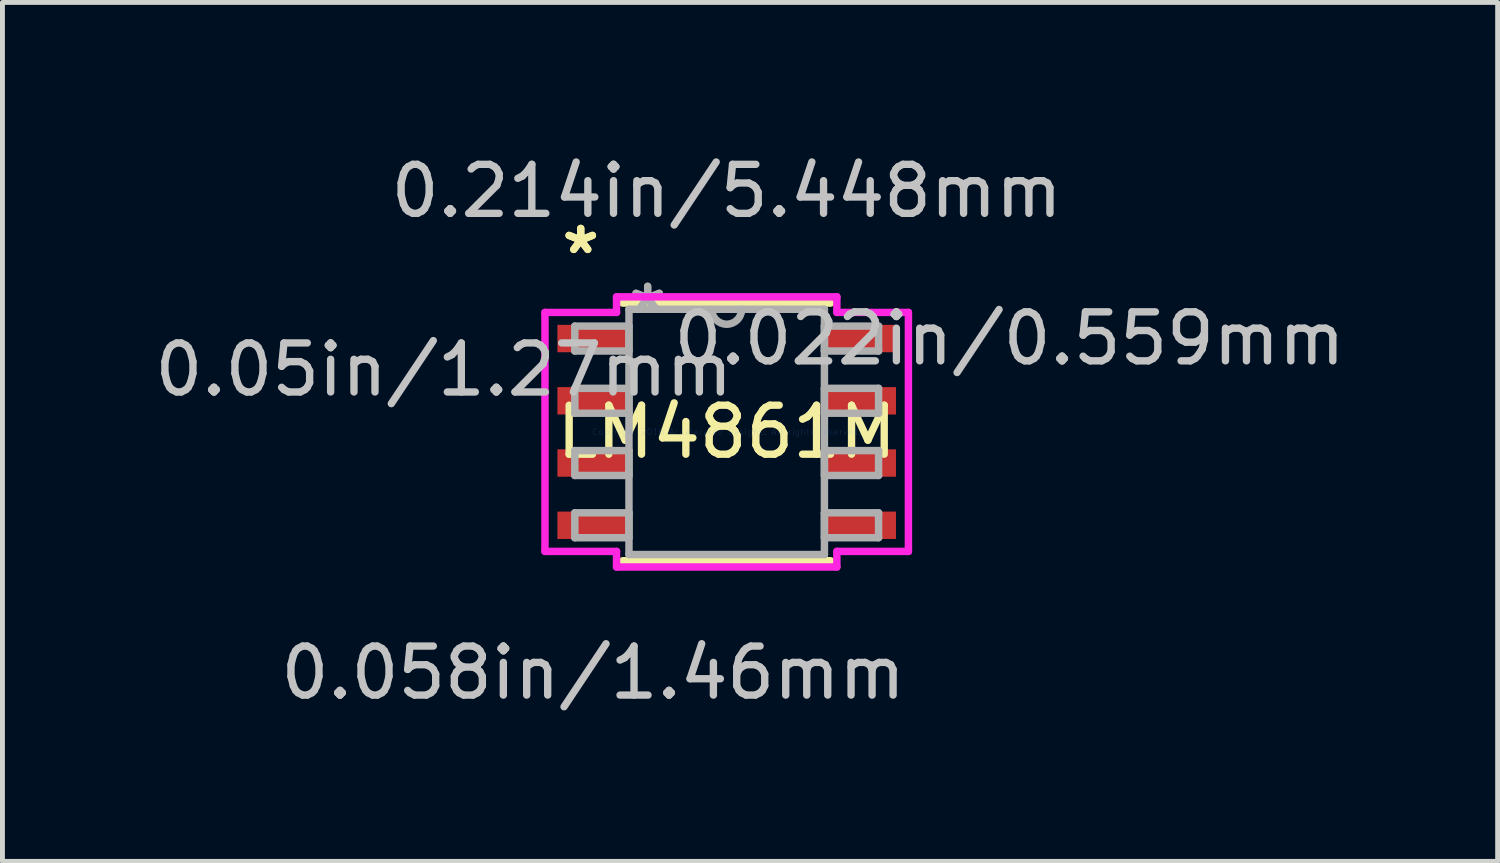
<source format=kicad_pcb>
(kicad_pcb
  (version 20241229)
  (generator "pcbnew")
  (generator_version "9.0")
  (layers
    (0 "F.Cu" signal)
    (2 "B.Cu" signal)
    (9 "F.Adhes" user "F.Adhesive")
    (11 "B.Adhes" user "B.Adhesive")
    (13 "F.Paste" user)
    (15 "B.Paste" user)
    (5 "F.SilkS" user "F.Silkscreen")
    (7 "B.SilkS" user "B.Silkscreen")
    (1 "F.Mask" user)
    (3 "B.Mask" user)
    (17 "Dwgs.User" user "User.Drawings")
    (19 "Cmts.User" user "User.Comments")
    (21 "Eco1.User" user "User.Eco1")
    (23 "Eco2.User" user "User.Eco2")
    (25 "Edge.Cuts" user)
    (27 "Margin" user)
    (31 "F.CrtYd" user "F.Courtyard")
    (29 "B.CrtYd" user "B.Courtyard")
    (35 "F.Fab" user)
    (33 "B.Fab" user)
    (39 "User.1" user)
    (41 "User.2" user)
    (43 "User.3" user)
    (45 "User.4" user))
  (footprint "LM4861M"
    (layer "F.Cu")
    (at 11.778 5.763)
    (property "Reference" "LM4861M" (at 0 0 0) (layer "F.SilkS") (effects (font (size 1 1) (thickness 0.15))))
    (attr through_hole)
    (fp_line (start -2.121 2.629) (end 2.121 2.629) (stroke (width 0.152) (type solid)) (layer "F.SilkS"))
    (fp_line (start 2.121 -2.629) (end -2.121 -2.629) (stroke (width 0.152) (type solid)) (layer "F.SilkS"))
    (fp_line (start -3.708 -2.438) (end -2.248 -2.438) (stroke (width 0.152) (type solid)) (layer "F.CrtYd"))
    (fp_line (start -3.708 2.438) (end -3.708 -2.438) (stroke (width 0.152) (type solid)) (layer "F.CrtYd"))
    (fp_line (start -2.248 -2.756) (end 2.248 -2.756) (stroke (width 0.152) (type solid)) (layer "F.CrtYd"))
    (fp_line (start -2.248 -2.438) (end -2.248 -2.756) (stroke (width 0.152) (type solid)) (layer "F.CrtYd"))
    (fp_line (start -2.248 2.438) (end -3.708 2.438) (stroke (width 0.152) (type solid)) (layer "F.CrtYd"))
    (fp_line (start -2.248 2.756) (end -2.248 2.438) (stroke (width 0.152) (type solid)) (layer "F.CrtYd"))
    (fp_line (start 2.248 -2.756) (end 2.248 -2.438) (stroke (width 0.152) (type solid)) (layer "F.CrtYd"))
    (fp_line (start 2.248 -2.438) (end 3.708 -2.438) (stroke (width 0.152) (type solid)) (layer "F.CrtYd"))
    (fp_line (start 2.248 2.438) (end 2.248 2.756) (stroke (width 0.152) (type solid)) (layer "F.CrtYd"))
    (fp_line (start 2.248 2.756) (end -2.248 2.756) (stroke (width 0.152) (type solid)) (layer "F.CrtYd"))
    (fp_line (start 3.708 -2.438) (end 3.708 2.438) (stroke (width 0.152) (type solid)) (layer "F.CrtYd"))
    (fp_line (start 3.708 2.438) (end 2.248 2.438) (stroke (width 0.152) (type solid)) (layer "F.CrtYd"))
    (fp_line (start -3.099 -2.159) (end -3.099 -1.651) (stroke (width 0.152) (type solid)) (layer "F.Fab"))
    (fp_line (start -3.099 -1.651) (end -1.994 -1.651) (stroke (width 0.152) (type solid)) (layer "F.Fab"))
    (fp_line (start -3.099 -0.889) (end -3.099 -0.381) (stroke (width 0.152) (type solid)) (layer "F.Fab"))
    (fp_line (start -3.099 -0.381) (end -1.994 -0.381) (stroke (width 0.152) (type solid)) (layer "F.Fab"))
    (fp_line (start -3.099 0.381) (end -3.099 0.889) (stroke (width 0.152) (type solid)) (layer "F.Fab"))
    (fp_line (start -3.099 0.889) (end -1.994 0.889) (stroke (width 0.152) (type solid)) (layer "F.Fab"))
    (fp_line (start -3.099 1.651) (end -3.099 2.159) (stroke (width 0.152) (type solid)) (layer "F.Fab"))
    (fp_line (start -3.099 2.159) (end -1.994 2.159) (stroke (width 0.152) (type solid)) (layer "F.Fab"))
    (fp_line (start -1.994 -2.502) (end -1.994 2.502) (stroke (width 0.152) (type solid)) (layer "F.Fab"))
    (fp_line (start -1.994 -2.159) (end -3.099 -2.159) (stroke (width 0.152) (type solid)) (layer "F.Fab"))
    (fp_line (start -1.994 -1.651) (end -1.994 -2.159) (stroke (width 0.152) (type solid)) (layer "F.Fab"))
    (fp_line (start -1.994 -0.889) (end -3.099 -0.889) (stroke (width 0.152) (type solid)) (layer "F.Fab"))
    (fp_line (start -1.994 -0.381) (end -1.994 -0.889) (stroke (width 0.152) (type solid)) (layer "F.Fab"))
    (fp_line (start -1.994 0.381) (end -3.099 0.381) (stroke (width 0.152) (type solid)) (layer "F.Fab"))
    (fp_line (start -1.994 0.889) (end -1.994 0.381) (stroke (width 0.152) (type solid)) (layer "F.Fab"))
    (fp_line (start -1.994 1.651) (end -3.099 1.651) (stroke (width 0.152) (type solid)) (layer "F.Fab"))
    (fp_line (start -1.994 2.159) (end -1.994 1.651) (stroke (width 0.152) (type solid)) (layer "F.Fab"))
    (fp_line (start -1.994 2.502) (end 1.994 2.502) (stroke (width 0.152) (type solid)) (layer "F.Fab"))
    (fp_line (start 1.994 -2.502) (end -1.994 -2.502) (stroke (width 0.152) (type solid)) (layer "F.Fab"))
    (fp_line (start 1.994 -2.159) (end 1.994 -1.651) (stroke (width 0.152) (type solid)) (layer "F.Fab"))
    (fp_line (start 1.994 -1.651) (end 3.099 -1.651) (stroke (width 0.152) (type solid)) (layer "F.Fab"))
    (fp_line (start 1.994 -0.889) (end 1.994 -0.381) (stroke (width 0.152) (type solid)) (layer "F.Fab"))
    (fp_line (start 1.994 -0.381) (end 3.099 -0.381) (stroke (width 0.152) (type solid)) (layer "F.Fab"))
    (fp_line (start 1.994 0.381) (end 1.994 0.889) (stroke (width 0.152) (type solid)) (layer "F.Fab"))
    (fp_line (start 1.994 0.889) (end 3.099 0.889) (stroke (width 0.152) (type solid)) (layer "F.Fab"))
    (fp_line (start 1.994 1.651) (end 1.994 2.159) (stroke (width 0.152) (type solid)) (layer "F.Fab"))
    (fp_line (start 1.994 2.159) (end 3.099 2.159) (stroke (width 0.152) (type solid)) (layer "F.Fab"))
    (fp_line (start 1.994 2.502) (end 1.994 -2.502) (stroke (width 0.152) (type solid)) (layer "F.Fab"))
    (fp_line (start 3.099 -2.159) (end 1.994 -2.159) (stroke (width 0.152) (type solid)) (layer "F.Fab"))
    (fp_line (start 3.099 -1.651) (end 3.099 -2.159) (stroke (width 0.152) (type solid)) (layer "F.Fab"))
    (fp_line (start 3.099 -0.889) (end 1.994 -0.889) (stroke (width 0.152) (type solid)) (layer "F.Fab"))
    (fp_line (start 3.099 -0.381) (end 3.099 -0.889) (stroke (width 0.152) (type solid)) (layer "F.Fab"))
    (fp_line (start 3.099 0.381) (end 1.994 0.381) (stroke (width 0.152) (type solid)) (layer "F.Fab"))
    (fp_line (start 3.099 0.889) (end 3.099 0.381) (stroke (width 0.152) (type solid)) (layer "F.Fab"))
    (fp_line (start 3.099 1.651) (end 1.994 1.651) (stroke (width 0.152) (type solid)) (layer "F.Fab"))
    (fp_line (start 3.099 2.159) (end 3.099 1.651) (stroke (width 0.152) (type solid)) (layer "F.Fab"))
    (fp_arc (start 0.3048 -2.5019) (mid 0 -2.1971) (end -0.3048 -2.5019) (stroke (width 0.1524) (type solid)) (layer "F.Fab"))
    (fp_text user "*" (at -2.978 -3.607 0) (layer "F.SilkS") (effects (font (size 1 1) (thickness 0.15))))
    (fp_text user "*" (at -2.978 -3.607 0) (layer "F.SilkS") (effects (font (size 1 1) (thickness 0.15))))
    (fp_text user "0.05in/1.27mm" (at -5.772 -1.27 0) (layer "Dwgs.User") (effects (font (size 1 1) (thickness 0.15))))
    (fp_text user "0.214in/5.448mm" (at 0 -4.915 0) (layer "Dwgs.User") (effects (font (size 1 1) (thickness 0.15))))
    (fp_text user "0.058in/1.46mm" (at -2.724 4.915 0) (layer "Dwgs.User") (effects (font (size 1 1) (thickness 0.15))))
    (fp_text user "0.022in/0.559mm" (at 5.772 -1.905 0) (layer "Dwgs.User") (effects (font (size 1 1) (thickness 0.15))))
    (fp_text user "Copyright 2016 Accelerated Designs. All rights reserved." (at 0 0 0) (layer "Cmts.User") (effects (font (size 0.127 0.127) (thickness 0.002))))
    (fp_text user "*" (at -1.613 -2.426 0) (layer "F.Fab") (effects (font (size 1 1) (thickness 0.15))))
    (fp_text user "*" (at -1.613 -2.426 0) (layer "F.Fab") (effects (font (size 1 1) (thickness 0.15))))
    (pad "1" smd rect (at -2.724 -1.905) (size 1.46 0.559) (layers "F.Cu" "F.Mask" "F.Paste"))
    (pad "2" smd rect (at -2.724 -0.635) (size 1.46 0.559) (layers "F.Cu" "F.Mask" "F.Paste"))
    (pad "3" smd rect (at -2.724 0.635) (size 1.46 0.559) (layers "F.Cu" "F.Mask" "F.Paste"))
    (pad "4" smd rect (at -2.724 1.905) (size 1.46 0.559) (layers "F.Cu" "F.Mask" "F.Paste"))
    (pad "5" smd rect (at 2.724 1.905) (size 1.46 0.559) (layers "F.Cu" "F.Mask" "F.Paste"))
    (pad "6" smd rect (at 2.724 0.635) (size 1.46 0.559) (layers "F.Cu" "F.Mask" "F.Paste"))
    (pad "7" smd rect (at 2.724 -0.635) (size 1.46 0.559) (layers "F.Cu" "F.Mask" "F.Paste"))
    (pad "8" smd rect (at 2.724 -1.905) (size 1.46 0.559) (layers "F.Cu" "F.Mask" "F.Paste")))
  (gr_rect
    (start -3 -3)
    (end 27.509 14.526)
    (stroke (width 0.1) (type default))
    (fill no)
    (layer "Edge.Cuts")))
</source>
